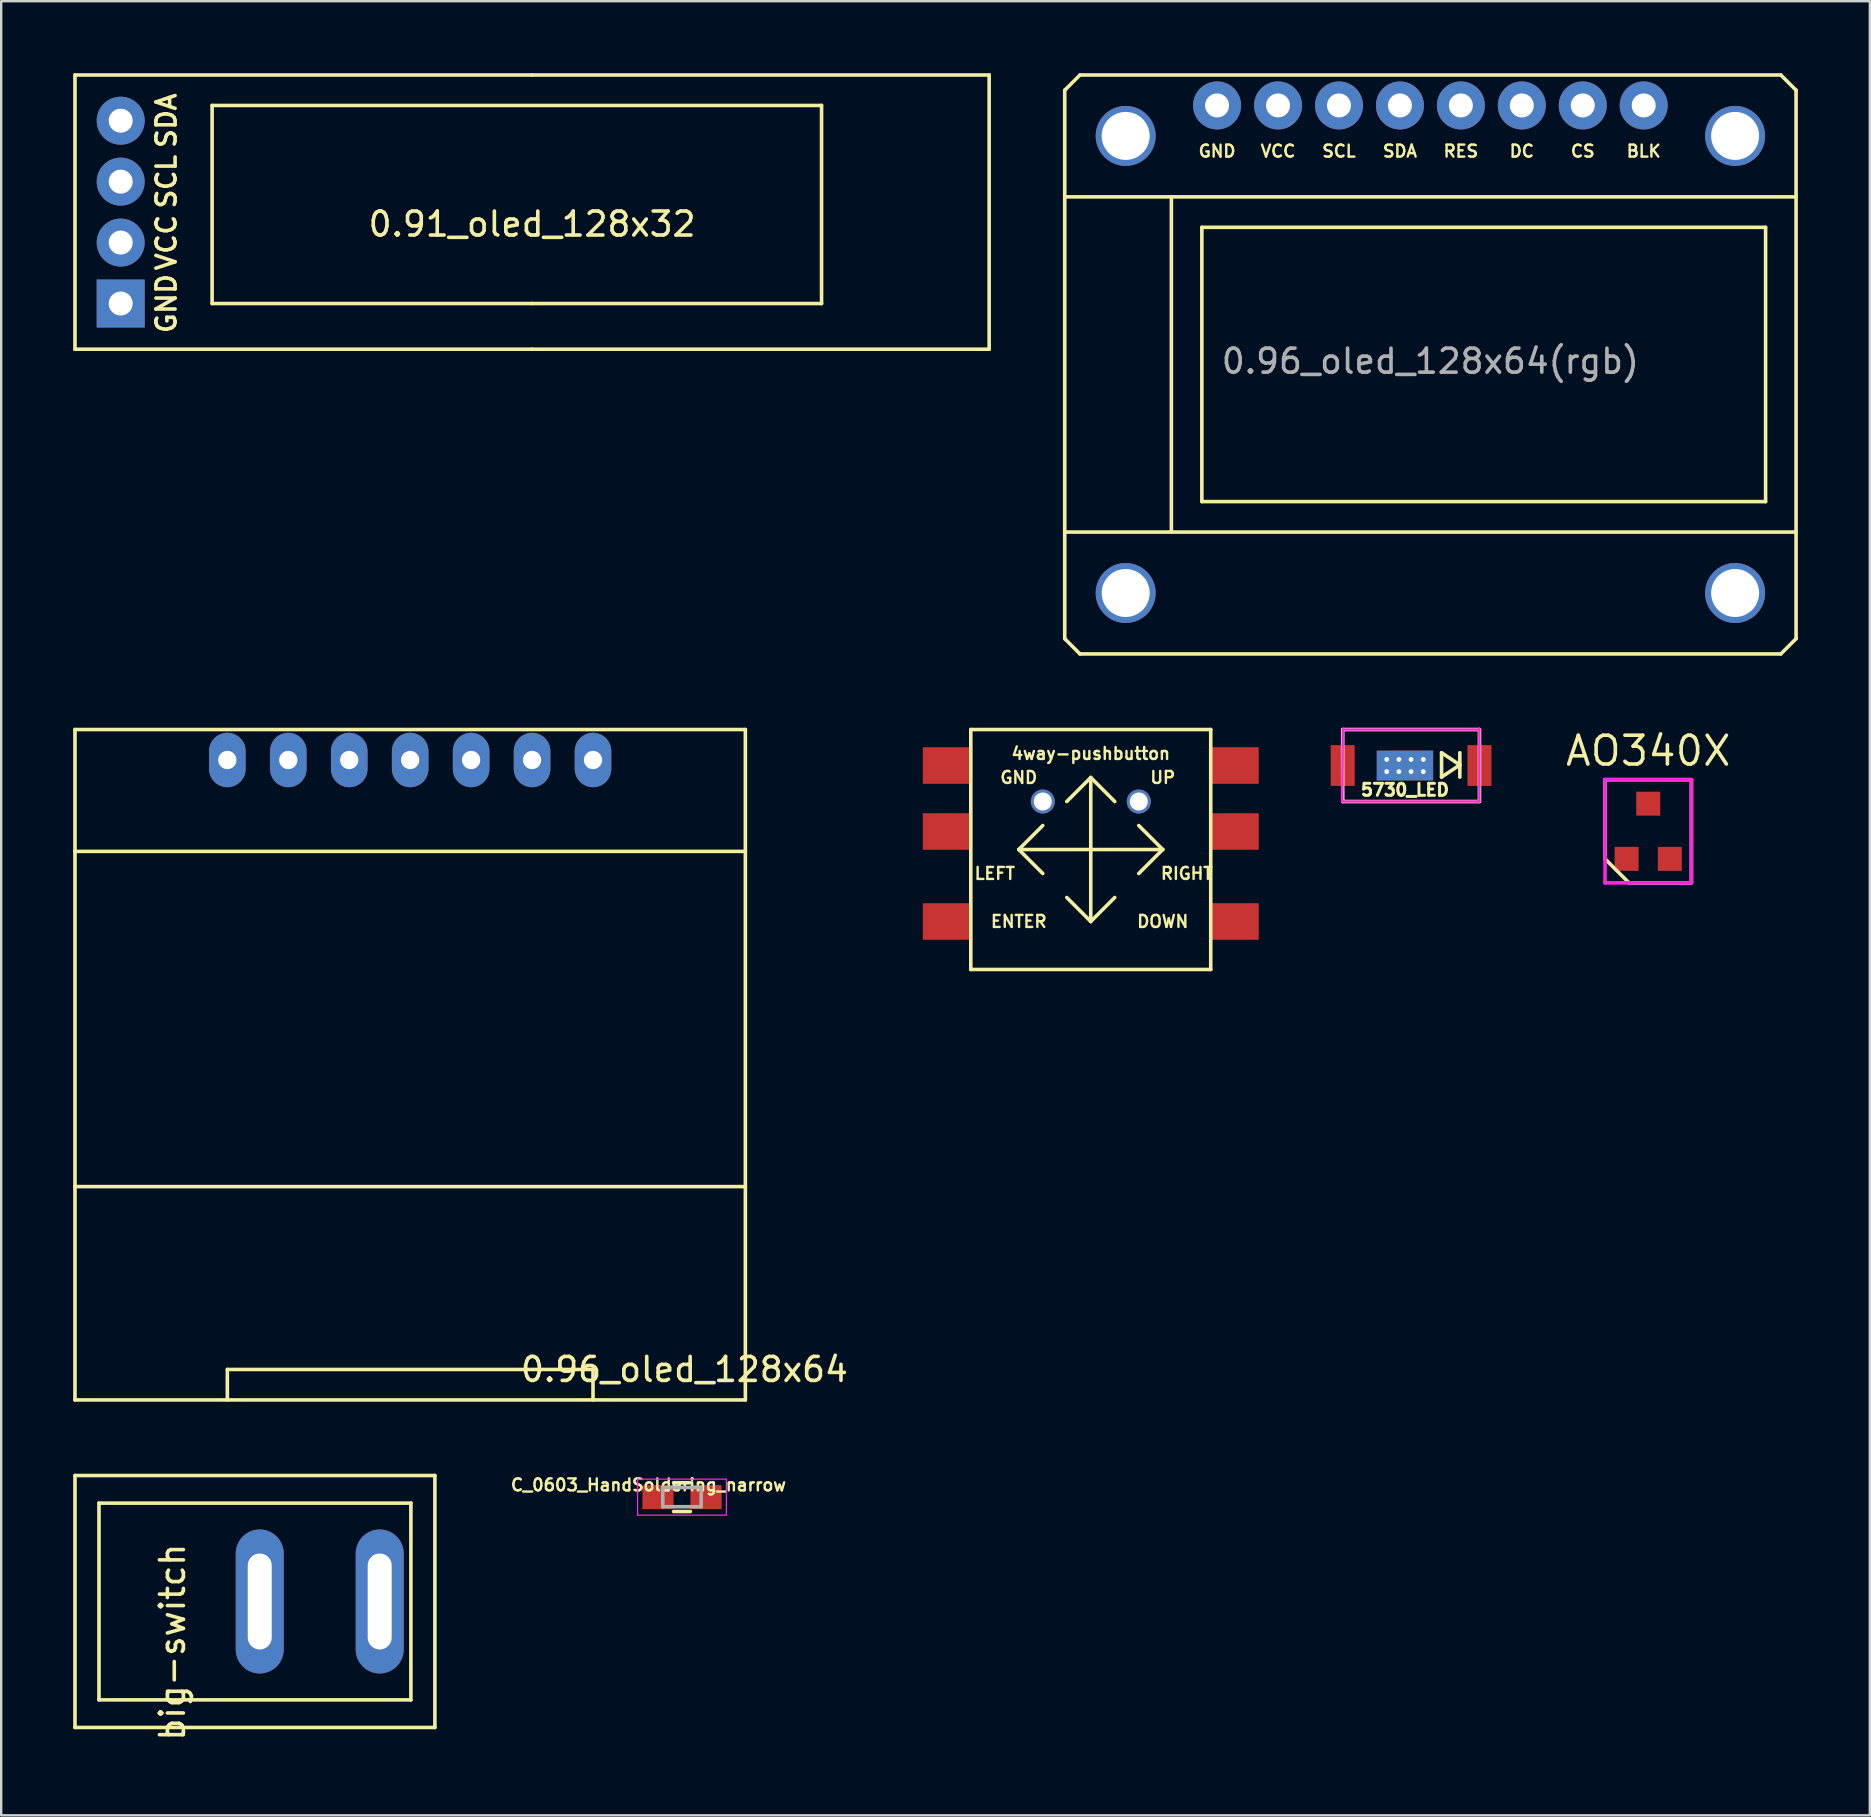
<source format=kicad_pcb>
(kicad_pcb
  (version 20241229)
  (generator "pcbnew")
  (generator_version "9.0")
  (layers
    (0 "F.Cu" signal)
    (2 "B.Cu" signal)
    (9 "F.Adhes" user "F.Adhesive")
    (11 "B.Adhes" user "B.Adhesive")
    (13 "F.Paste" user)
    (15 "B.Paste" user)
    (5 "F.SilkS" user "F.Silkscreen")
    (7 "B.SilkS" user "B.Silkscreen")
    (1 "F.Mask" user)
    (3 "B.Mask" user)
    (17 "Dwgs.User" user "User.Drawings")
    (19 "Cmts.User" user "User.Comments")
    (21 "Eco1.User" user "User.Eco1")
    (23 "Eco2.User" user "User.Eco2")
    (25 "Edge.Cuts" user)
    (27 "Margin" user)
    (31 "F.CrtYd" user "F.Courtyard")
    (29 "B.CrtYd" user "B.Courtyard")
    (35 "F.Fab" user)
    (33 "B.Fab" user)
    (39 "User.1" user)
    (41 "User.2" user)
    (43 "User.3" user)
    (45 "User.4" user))
  (footprint "AO340X"
    (layer "F.Cu")
    (at 65.643 31.595)
    (property "Reference" "AO340X" (at 0 -3.35 0) (layer "F.SilkS") (effects (font (size 1.2 1.2) (thickness 0.15))))
    (attr through_hole)
    (fp_line (start -1.8 -2.15) (end 1.8 -2.15) (stroke (width 0.15) (type solid)) (layer "F.SilkS"))
    (fp_line (start -1.8 1.15) (end -1.8 -2.15) (stroke (width 0.15) (type solid)) (layer "F.SilkS"))
    (fp_line (start -0.8 2.15) (end -1.8 1.15) (stroke (width 0.15) (type solid)) (layer "F.SilkS"))
    (fp_line (start 1.8 -2.15) (end 1.8 2.15) (stroke (width 0.15) (type solid)) (layer "F.SilkS"))
    (fp_line (start 1.8 2.15) (end -0.8 2.15) (stroke (width 0.15) (type solid)) (layer "F.SilkS"))
    (fp_line (start -1.8 -2.15) (end 1.8 -2.15) (stroke (width 0.15) (type solid)) (layer "F.CrtYd"))
    (fp_line (start -1.8 2.15) (end -1.8 -2.15) (stroke (width 0.15) (type solid)) (layer "F.CrtYd"))
    (fp_line (start 1.8 -2.15) (end 1.8 2.15) (stroke (width 0.15) (type solid)) (layer "F.CrtYd"))
    (fp_line (start 1.8 2.15) (end -1.8 2.15) (stroke (width 0.15) (type solid)) (layer "F.CrtYd"))
    (pad "1" smd rect (at -0.9 1.15) (size 1 1) (layers "F.Cu" "F.Mask" "F.Paste"))
    (pad "2" smd rect (at 0 -1.15) (size 1 1) (layers "F.Cu" "F.Mask" "F.Paste"))
    (pad "3" smd rect (at 0.9 1.15) (size 1 1) (layers "F.Cu" "F.Mask" "F.Paste")))
  (footprint "0.96_oled_128x64(rgb)"
    (layer "F.Cu")
    (at 56.565 12.14)
    (property "Reference" "0.96_oled_128x64(rgb)" (at 0 -0.135 0) (layer "F.Fab") (effects (font (size 1 1) (thickness 0.15))))
    (attr through_hole)
    (fp_line (start -15.24 6.985) (end 15.24 6.985) (stroke (width 0.15) (type solid)) (layer "F.SilkS"))
    (fp_line (start -15.24 11.43) (end -15.24 -11.43) (stroke (width 0.15) (type solid)) (layer "F.SilkS"))
    (fp_line (start -15.24 11.43) (end -14.605 12.065) (stroke (width 0.15) (type solid)) (layer "F.SilkS"))
    (fp_line (start -14.605 -12.065) (end -15.24 -11.43) (stroke (width 0.15) (type solid)) (layer "F.SilkS"))
    (fp_line (start -14.605 -12.065) (end 14.605 -12.065) (stroke (width 0.15) (type solid)) (layer "F.SilkS"))
    (fp_line (start -10.795 -6.985) (end -10.795 6.985) (stroke (width 0.15) (type solid)) (layer "F.SilkS"))
    (fp_line (start -9.525 -5.715) (end 13.97 -5.715) (stroke (width 0.15) (type solid)) (layer "F.SilkS"))
    (fp_line (start -9.525 5.715) (end -9.525 -5.715) (stroke (width 0.15) (type solid)) (layer "F.SilkS"))
    (fp_line (start 13.97 -5.715) (end 13.97 5.715) (stroke (width 0.15) (type solid)) (layer "F.SilkS"))
    (fp_line (start 13.97 5.715) (end -9.525 5.715) (stroke (width 0.15) (type solid)) (layer "F.SilkS"))
    (fp_line (start 14.605 -12.065) (end 15.24 -11.43) (stroke (width 0.15) (type solid)) (layer "F.SilkS"))
    (fp_line (start 14.605 12.065) (end -14.605 12.065) (stroke (width 0.15) (type solid)) (layer "F.SilkS"))
    (fp_line (start 14.605 12.065) (end 15.24 11.43) (stroke (width 0.15) (type solid)) (layer "F.SilkS"))
    (fp_line (start 15.24 -11.43) (end 15.24 11.43) (stroke (width 0.15) (type solid)) (layer "F.SilkS"))
    (fp_line (start 15.24 -6.985) (end -15.24 -6.985) (stroke (width 0.15) (type solid)) (layer "F.SilkS"))
    (fp_text user "SCL" (at -3.81 -8.89 0) (layer "F.SilkS") (effects (font (size 0.5 0.5) (thickness 0.1))))
    (fp_text user "SDA" (at -1.27 -8.89 0) (layer "F.SilkS") (effects (font (size 0.5 0.5) (thickness 0.1))))
    (fp_text user "DC" (at 3.81 -8.89 0) (layer "F.SilkS") (effects (font (size 0.5 0.5) (thickness 0.1))))
    (fp_text user "BLK" (at 8.89 -8.89 0) (layer "F.SilkS") (effects (font (size 0.5 0.5) (thickness 0.1))))
    (fp_text user "VCC" (at -6.35 -8.89 0) (layer "F.SilkS") (effects (font (size 0.5 0.5) (thickness 0.1))))
    (fp_text user "GND" (at -8.89 -8.89 0) (layer "F.SilkS") (effects (font (size 0.5 0.5) (thickness 0.1))))
    (fp_text user "CS" (at 6.35 -8.89 0) (layer "F.SilkS") (effects (font (size 0.5 0.5) (thickness 0.1))))
    (fp_text user "RES" (at 1.27 -8.89 0) (layer "F.SilkS") (effects (font (size 0.5 0.5) (thickness 0.1))))
    (pad "" np_thru_hole circle (at -12.7 -9.525) (size 2.5 2.5) (drill 2) (layers "*.Cu" "*.Mask"))
    (pad "" np_thru_hole circle (at -12.7 9.525) (size 2.5 2.5) (drill 2) (layers "*.Cu" "*.Mask"))
    (pad "" np_thru_hole circle (at 12.7 -9.525) (size 2.5 2.5) (drill 2) (layers "*.Cu" "*.Mask"))
    (pad "" np_thru_hole circle (at 12.7 9.525) (size 2.5 2.5) (drill 2) (layers "*.Cu" "*.Mask"))
    (pad "1" thru_hole circle (at -8.89 -10.795) (size 2 2) (drill 1) (layers "*.Cu" "*.Mask"))
    (pad "2" thru_hole circle (at -6.35 -10.795) (size 2 2) (drill 1) (layers "*.Cu" "*.Mask"))
    (pad "3" thru_hole circle (at -3.81 -10.795) (size 2 2) (drill 1) (layers "*.Cu" "*.Mask"))
    (pad "4" thru_hole circle (at -1.27 -10.795) (size 2 2) (drill 1) (layers "*.Cu" "*.Mask"))
    (pad "5" thru_hole circle (at 1.27 -10.795) (size 2 2) (drill 1) (layers "*.Cu" "*.Mask"))
    (pad "6" thru_hole circle (at 3.81 -10.795) (size 2 2) (drill 1) (layers "*.Cu" "*.Mask"))
    (pad "7" thru_hole circle (at 6.35 -10.795) (size 2 2) (drill 1) (layers "*.Cu" "*.Mask"))
    (pad "8" thru_hole circle (at 8.89 -10.795) (size 2 2) (drill 1) (layers "*.Cu" "*.Mask")))
  (footprint "C_0603_HandSoldering_narrow"
    (layer "F.Cu")
    (at 25.373 59.346)
    (property "Reference" "C_0603_HandSoldering_narrow" (at -1.397 -0.508 0) (layer "F.SilkS") (effects (font (size 0.5 0.5) (thickness 0.1))))
    (attr smd)
    (fp_line (start -0.35 -0.6) (end 0.35 -0.6) (stroke (width 0.15) (type solid)) (layer "F.SilkS"))
    (fp_line (start 0.35 0.6) (end -0.35 0.6) (stroke (width 0.15) (type solid)) (layer "F.SilkS"))
    (fp_line (start -1.85 -0.75) (end -1.85 0.75) (stroke (width 0.05) (type solid)) (layer "F.CrtYd"))
    (fp_line (start -1.85 -0.75) (end 1.85 -0.75) (stroke (width 0.05) (type solid)) (layer "F.CrtYd"))
    (fp_line (start -1.85 0.75) (end 1.85 0.75) (stroke (width 0.05) (type solid)) (layer "F.CrtYd"))
    (fp_line (start 1.85 -0.75) (end 1.85 0.75) (stroke (width 0.05) (type solid)) (layer "F.CrtYd"))
    (fp_line (start -0.8 -0.4) (end 0.8 -0.4) (stroke (width 0.15) (type solid)) (layer "F.Fab"))
    (fp_line (start -0.8 0.4) (end -0.8 -0.4) (stroke (width 0.15) (type solid)) (layer "F.Fab"))
    (fp_line (start 0.8 -0.4) (end 0.8 0.4) (stroke (width 0.15) (type solid)) (layer "F.Fab"))
    (fp_line (start 0.8 0.4) (end -0.8 0.4) (stroke (width 0.15) (type solid)) (layer "F.Fab"))
    (pad "1" smd rect (at -1 0) (size 1.3 1) (layers "F.Cu" "F.Mask" "F.Paste"))
    (pad "2" smd rect (at 1 0) (size 1.3 1) (layers "F.Cu" "F.Mask" "F.Paste")))
  (footprint "0.96_oled_128x64"
    (layer "F.Cu")
    (at 14.045 41.325)
    (property "Reference" "0.96_oled_128x64" (at 11.43 12.7 0) (layer "F.SilkS") (effects (font (size 1 1) (thickness 0.15))))
    (attr through_hole)
    (fp_line (start -13.97 -13.97) (end -13.97 13.97) (stroke (width 0.15) (type solid)) (layer "F.SilkS"))
    (fp_line (start -13.97 -13.97) (end 13.97 -13.97) (stroke (width 0.15) (type solid)) (layer "F.SilkS"))
    (fp_line (start -13.97 5.08) (end 13.97 5.08) (stroke (width 0.15) (type solid)) (layer "F.SilkS"))
    (fp_line (start -7.62 12.7) (end 7.62 12.7) (stroke (width 0.15) (type solid)) (layer "F.SilkS"))
    (fp_line (start -7.62 13.97) (end -7.62 12.7) (stroke (width 0.15) (type solid)) (layer "F.SilkS"))
    (fp_line (start 7.62 12.7) (end 7.62 13.97) (stroke (width 0.15) (type solid)) (layer "F.SilkS"))
    (fp_line (start 13.97 -8.89) (end -13.97 -8.89) (stroke (width 0.15) (type solid)) (layer "F.SilkS"))
    (fp_line (start 13.97 13.97) (end -13.97 13.97) (stroke (width 0.15) (type solid)) (layer "F.SilkS"))
    (fp_line (start 13.97 13.97) (end 13.97 -13.97) (stroke (width 0.15) (type solid)) (layer "F.SilkS"))
    (pad "1" thru_hole oval (at -7.62 -12.7) (size 1.524 2.268) (drill 0.762) (layers "*.Cu" "*.Mask"))
    (pad "2" thru_hole oval (at -5.08 -12.7) (size 1.524 2.268) (drill 0.762) (layers "*.Cu" "*.Mask"))
    (pad "3" thru_hole oval (at -2.54 -12.7) (size 1.524 2.268) (drill 0.762) (layers "*.Cu" "*.Mask"))
    (pad "4" thru_hole oval (at 0 -12.7) (size 1.524 2.268) (drill 0.762) (layers "*.Cu" "*.Mask"))
    (pad "5" thru_hole oval (at 2.54 -12.7) (size 1.524 2.268) (drill 0.762) (layers "*.Cu" "*.Mask"))
    (pad "6" thru_hole oval (at 5.08 -12.7) (size 1.524 2.268) (drill 0.762) (layers "*.Cu" "*.Mask"))
    (pad "7" thru_hole oval (at 7.62 -12.7) (size 1.524 2.268) (drill 0.762) (layers "*.Cu" "*.Mask")))
  (footprint "big-switch"
    (layer "F.Cu")
    (at 7.187 63.865)
    (property "Reference" "big-switch" (at -3.048 1.524 90) (layer "F.SilkS") (effects (font (size 1 1) (thickness 0.15))))
    (attr through_hole)
    (fp_line (start -7.112 -5.42) (end -7.112 5.08) (stroke (width 0.15) (type solid)) (layer "F.SilkS"))
    (fp_line (start -7.112 5.08) (end 7.888 5.08) (stroke (width 0.15) (type solid)) (layer "F.SilkS"))
    (fp_line (start -6.112 -4.27) (end -6.112 3.93) (stroke (width 0.15) (type solid)) (layer "F.SilkS"))
    (fp_line (start -6.112 -4.27) (end 6.888 -4.27) (stroke (width 0.15) (type solid)) (layer "F.SilkS"))
    (fp_line (start 6.888 -4.27) (end 6.888 3.93) (stroke (width 0.15) (type solid)) (layer "F.SilkS"))
    (fp_line (start 6.888 3.93) (end -6.112 3.93) (stroke (width 0.15) (type solid)) (layer "F.SilkS"))
    (fp_line (start 7.888 -5.42) (end -7.112 -5.42) (stroke (width 0.15) (type solid)) (layer "F.SilkS"))
    (fp_line (start 7.888 5.08) (end 7.888 -5.42) (stroke (width 0.15) (type solid)) (layer "F.SilkS"))
    (pad "1" thru_hole oval (at 5.588 -0.17) (size 2 6) (drill oval 1 4) (layers "*.Cu" "*.Mask"))
    (pad "2" thru_hole oval (at 0.588 -0.17) (size 2 6) (drill oval 1 4) (layers "*.Cu" "*.Mask")))
  (footprint "0.91_oled_128x32"
    (layer "F.Cu")
    (at 19.125 5.79)
    (property "Reference" "0.91_oled_128x32" (at 0 0.5 0) (layer "F.SilkS") (effects (font (size 1 1) (thickness 0.15))))
    (attr through_hole)
    (fp_line (start -19.05 -5.715) (end 0 -5.715) (stroke (width 0.15) (type solid)) (layer "F.SilkS"))
    (fp_line (start -19.05 5.715) (end -19.05 -5.715) (stroke (width 0.15) (type solid)) (layer "F.SilkS"))
    (fp_line (start -13.335 -4.445) (end -13.335 3.81) (stroke (width 0.15) (type solid)) (layer "F.SilkS"))
    (fp_line (start -13.335 -4.445) (end 12.065 -4.445) (stroke (width 0.15) (type solid)) (layer "F.SilkS"))
    (fp_line (start 0 -5.715) (end 19.05 -5.715) (stroke (width 0.15) (type solid)) (layer "F.SilkS"))
    (fp_line (start 0 3.81) (end -13.335 3.81) (stroke (width 0.15) (type solid)) (layer "F.SilkS"))
    (fp_line (start 0 5.715) (end -19.05 5.715) (stroke (width 0.15) (type solid)) (layer "F.SilkS"))
    (fp_line (start 12.065 -4.445) (end 12.065 3.81) (stroke (width 0.15) (type solid)) (layer "F.SilkS"))
    (fp_line (start 12.065 3.81) (end 0 3.81) (stroke (width 0.15) (type solid)) (layer "F.SilkS"))
    (fp_line (start 19.05 -5.715) (end 19.05 5.715) (stroke (width 0.15) (type solid)) (layer "F.SilkS"))
    (fp_line (start 19.05 5.715) (end 0 5.715) (stroke (width 0.15) (type solid)) (layer "F.SilkS"))
    (fp_text user "SCL" (at -15.24 -1.27 90) (layer "F.SilkS") (effects (font (size 0.8 0.8) (thickness 0.15))))
    (fp_text user "VCC" (at -15.24 1.27 90) (layer "F.SilkS") (effects (font (size 0.8 0.8) (thickness 0.15))))
    (fp_text user "GND" (at -15.24 3.81 90) (layer "F.SilkS") (effects (font (size 0.8 0.8) (thickness 0.15))))
    (fp_text user "SDA" (at -15.24 -3.81 90) (layer "F.SilkS") (effects (font (size 0.8 0.8) (thickness 0.15))))
    (pad "1" thru_hole rect (at -17.145 3.81) (size 2 2) (drill 1) (layers "*.Cu" "*.Mask"))
    (pad "2" thru_hole circle (at -17.145 1.27) (size 2 2) (drill 1) (layers "*.Cu" "*.Mask"))
    (pad "3" thru_hole circle (at -17.145 -1.27) (size 2 2) (drill 1) (layers "*.Cu" "*.Mask"))
    (pad "4" thru_hole circle (at -17.145 -3.81) (size 2 2) (drill 1) (layers "*.Cu" "*.Mask")))
  (footprint "5730_LED"
    (layer "F.Cu")
    (at 55.76 28.855)
    (property "Reference" "5730_LED" (at -0.254 1.016 0) (layer "F.SilkS") (effects (font (size 0.5 0.5) (thickness 0.125))))
    (attr through_hole)
    (fp_line (start -2.85 -1.5) (end -2.85 1.5) (stroke (width 0.15) (type solid)) (layer "F.SilkS"))
    (fp_line (start -2.85 -1.5) (end 2.85 -1.5) (stroke (width 0.15) (type solid)) (layer "F.SilkS"))
    (fp_line (start -2.85 1.5) (end 2.85 1.5) (stroke (width 0.15) (type solid)) (layer "F.SilkS"))
    (fp_line (start 1.27 -0.533) (end 1.27 0.483) (stroke (width 0.15) (type solid)) (layer "F.SilkS"))
    (fp_line (start 1.27 0.483) (end 2.032 -0.025) (stroke (width 0.15) (type solid)) (layer "F.SilkS"))
    (fp_line (start 2.032 -0.533) (end 2.032 0.483) (stroke (width 0.15) (type solid)) (layer "F.SilkS"))
    (fp_line (start 2.032 -0.025) (end 1.27 -0.533) (stroke (width 0.15) (type solid)) (layer "F.SilkS"))
    (fp_line (start 2.85 -1.5) (end 2.85 1.5) (stroke (width 0.15) (type solid)) (layer "F.SilkS"))
    (fp_line (start -2.87 1.499) (end -2.845 -1.499) (stroke (width 0.1) (type solid)) (layer "F.CrtYd"))
    (fp_line (start -2.845 -1.499) (end 2.845 -1.499) (stroke (width 0.1) (type solid)) (layer "F.CrtYd"))
    (fp_line (start 2.845 -1.524) (end 2.845 1.499) (stroke (width 0.1) (type solid)) (layer "F.CrtYd"))
    (fp_line (start 2.845 1.499) (end -2.87 1.499) (stroke (width 0.1) (type solid)) (layer "F.CrtYd"))
    (pad "1" smd rect (at 2.85 0) (size 1 1.7) (layers "F.Cu" "F.Mask" "F.Paste"))
    (pad "2" smd rect (at -2.85 0) (size 1 1.7) (layers "F.Cu" "F.Mask" "F.Paste"))
    (pad "EP" thru_hole circle (at -1.016 -0.254) (size 0.4 0.4) (drill 0.2) (layers "*.Cu" "*.Mask"))
    (pad "EP" thru_hole circle (at -1.016 0.254) (size 0.4 0.4) (drill 0.2) (layers "*.Cu" "*.Mask"))
    (pad "EP" thru_hole circle (at -0.508 -0.254) (size 0.4 0.4) (drill 0.2) (layers "*.Cu" "*.Mask"))
    (pad "EP" thru_hole circle (at -0.508 0.254) (size 0.4 0.4) (drill 0.2) (layers "*.Cu" "*.Mask"))
    (pad "EP" smd rect (at -0.256 0) (size 2.35 1.24) (layers "F.Cu" "F.Mask" "F.Paste"))
    (pad "EP" smd rect (at -0.256 0) (size 2.35 1.24) (layers "F.Mask" "B.Cu" "F.Paste"))
    (pad "EP" thru_hole circle (at 0 -0.254) (size 0.4 0.4) (drill 0.2) (layers "*.Cu" "*.Mask"))
    (pad "EP" thru_hole circle (at 0 0.254) (size 0.4 0.4) (drill 0.2) (layers "*.Cu" "*.Mask"))
    (pad "EP" thru_hole circle (at 0.508 -0.254) (size 0.4 0.4) (drill 0.2) (layers "*.Cu" "*.Mask"))
    (pad "EP" thru_hole circle (at 0.508 0.254) (size 0.4 0.4) (drill 0.2) (layers "*.Cu" "*.Mask")))
  (footprint "4way-pushbutton"
    (layer "F.Cu")
    (at 37.41 37.355)
    (property "Reference" "4way-pushbutton" (at 5 -9 0) (layer "F.SilkS") (effects (font (size 0.5 0.5) (thickness 0.1))))
    (attr through_hole)
    (fp_line (start 0 -10) (end 10 -10) (stroke (width 0.15) (type solid)) (layer "F.SilkS"))
    (fp_line (start 0 0) (end 0 -10) (stroke (width 0.15) (type solid)) (layer "F.SilkS"))
    (fp_line (start 0 0) (end 10 0) (stroke (width 0.15) (type solid)) (layer "F.SilkS"))
    (fp_line (start 2 -5) (end 3 -6) (stroke (width 0.15) (type solid)) (layer "F.SilkS"))
    (fp_line (start 2 -5) (end 3 -4) (stroke (width 0.15) (type solid)) (layer "F.SilkS"))
    (fp_line (start 2 -5) (end 8 -5) (stroke (width 0.15) (type solid)) (layer "F.SilkS"))
    (fp_line (start 4 -7) (end 5 -8) (stroke (width 0.15) (type solid)) (layer "F.SilkS"))
    (fp_line (start 4 -3) (end 5 -2) (stroke (width 0.15) (type solid)) (layer "F.SilkS"))
    (fp_line (start 5 -8) (end 5 -2) (stroke (width 0.15) (type solid)) (layer "F.SilkS"))
    (fp_line (start 5 -8) (end 6 -7) (stroke (width 0.15) (type solid)) (layer "F.SilkS"))
    (fp_line (start 5 -2) (end 6 -3) (stroke (width 0.15) (type solid)) (layer "F.SilkS"))
    (fp_line (start 7 -4) (end 8 -5) (stroke (width 0.15) (type solid)) (layer "F.SilkS"))
    (fp_line (start 8 -5) (end 7 -6) (stroke (width 0.15) (type solid)) (layer "F.SilkS"))
    (fp_line (start 10 -10) (end 10 0) (stroke (width 0.15) (type solid)) (layer "F.SilkS"))
    (fp_text user "ENTER" (at 2 -2 0) (layer "F.SilkS") (effects (font (size 0.5 0.5) (thickness 0.1))))
    (fp_text user "GND" (at 2 -8 0) (layer "F.SilkS") (effects (font (size 0.5 0.5) (thickness 0.1))))
    (fp_text user "DOWN" (at 8 -2 0) (layer "F.SilkS") (effects (font (size 0.5 0.5) (thickness 0.1))))
    (fp_text user "RIGHT" (at 9 -4 0) (layer "F.SilkS") (effects (font (size 0.5 0.5) (thickness 0.1))))
    (fp_text user "LEFT" (at 1 -4 0) (layer "F.SilkS") (effects (font (size 0.5 0.5) (thickness 0.1))))
    (fp_text user "UP" (at 8 -8 0) (layer "F.SilkS") (effects (font (size 0.5 0.5) (thickness 0.1))))
    (pad "" np_thru_hole circle (at 3 -7) (size 1 1) (drill 0.75) (layers "*.Cu" "*.Mask"))
    (pad "" np_thru_hole circle (at 7 -7) (size 1 1) (drill 0.75) (layers "*.Cu" "*.Mask"))
    (pad "1" smd rect (at -1 -8.5) (size 2 1.524) (layers "F.Cu" "F.Mask" "F.Paste"))
    (pad "2" smd rect (at -1 -5.75) (size 2 1.524) (layers "F.Cu" "F.Mask" "F.Paste"))
    (pad "3" smd rect (at -1 -2) (size 2 1.524) (layers "F.Cu" "F.Mask" "F.Paste"))
    (pad "4" smd rect (at 11 -2) (size 2 1.524) (layers "F.Cu" "F.Mask" "F.Paste"))
    (pad "5" smd rect (at 11 -5.75) (size 2 1.524) (layers "F.Cu" "F.Mask" "F.Paste"))
    (pad "6" smd rect (at 11 -8.5) (size 2 1.524) (layers "F.Cu" "F.Mask" "F.Paste")))
  (gr_rect
    (start -3 -3)
    (end 74.88 72.609)
    (stroke (width 0.1) (type default))
    (fill no)
    (layer "Edge.Cuts")))
</source>
